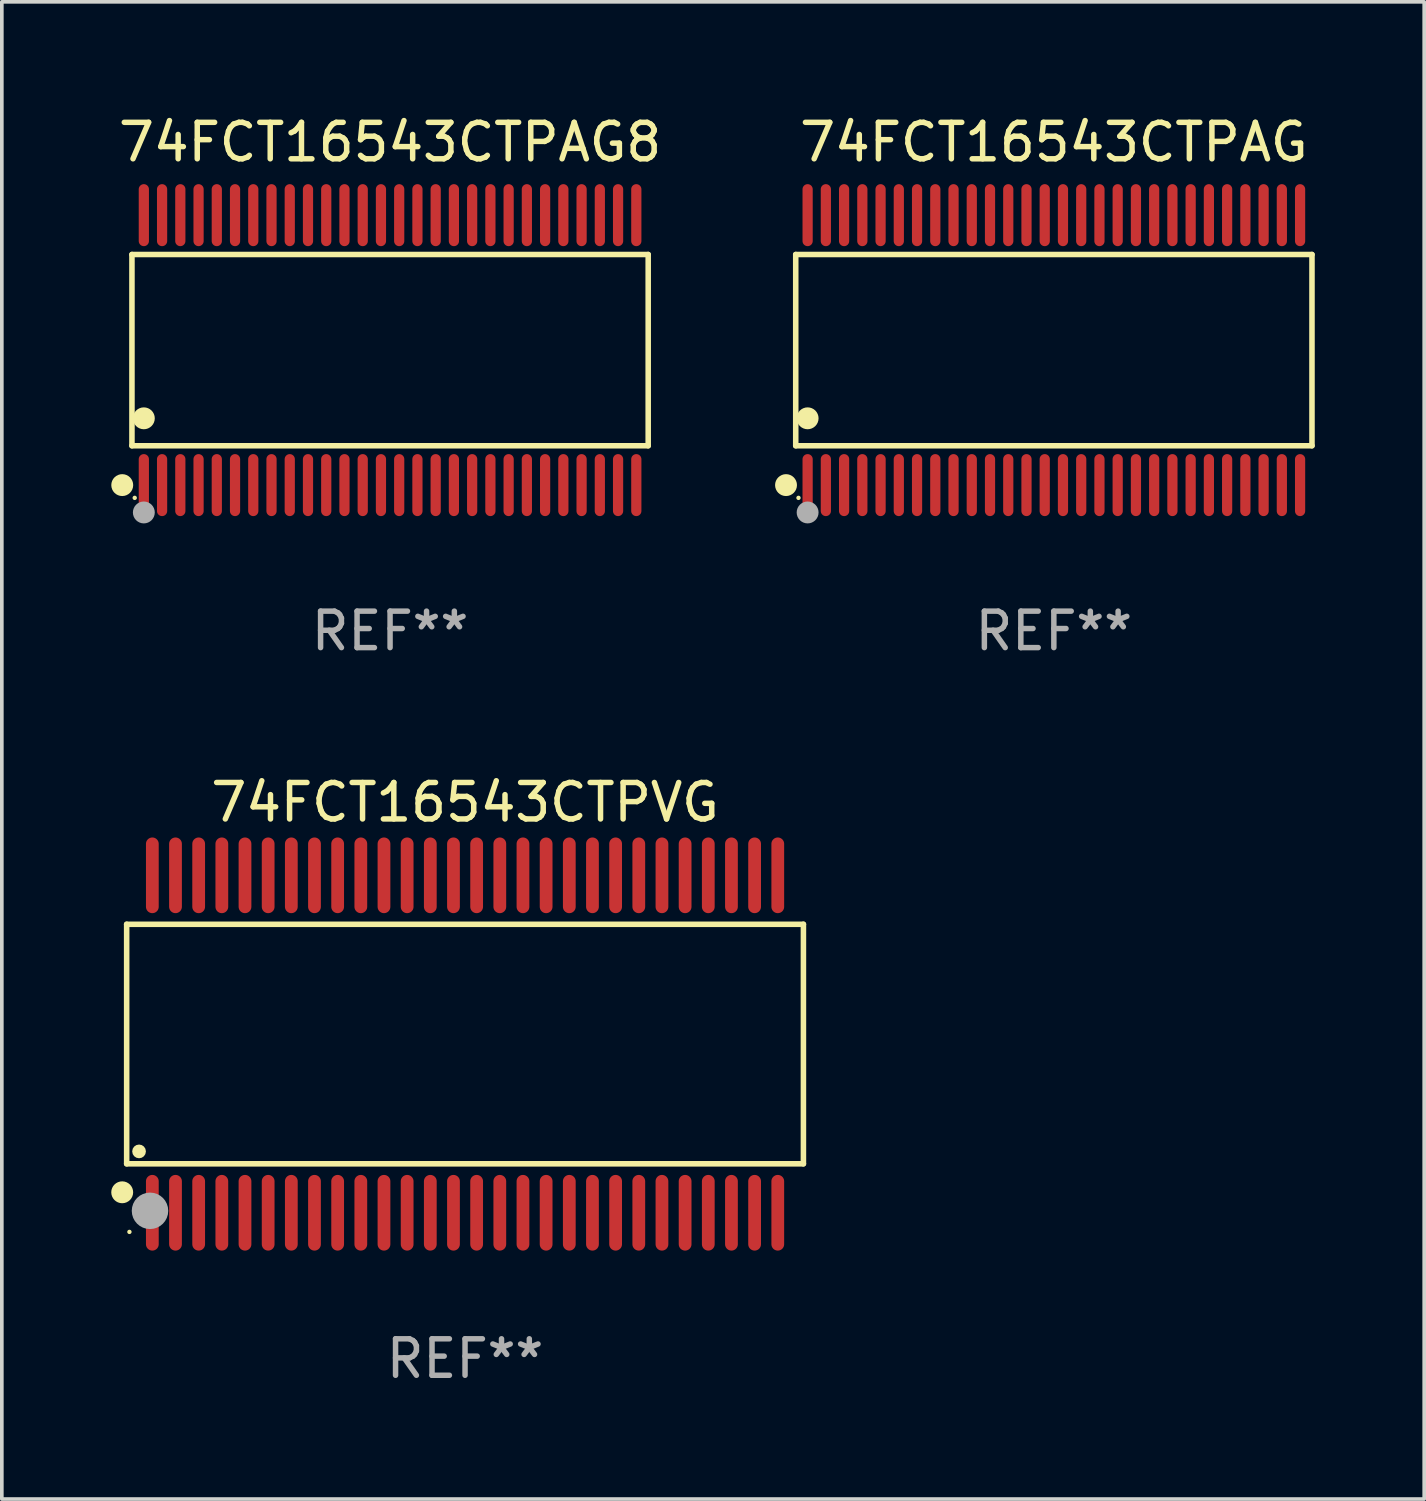
<source format=kicad_pcb>
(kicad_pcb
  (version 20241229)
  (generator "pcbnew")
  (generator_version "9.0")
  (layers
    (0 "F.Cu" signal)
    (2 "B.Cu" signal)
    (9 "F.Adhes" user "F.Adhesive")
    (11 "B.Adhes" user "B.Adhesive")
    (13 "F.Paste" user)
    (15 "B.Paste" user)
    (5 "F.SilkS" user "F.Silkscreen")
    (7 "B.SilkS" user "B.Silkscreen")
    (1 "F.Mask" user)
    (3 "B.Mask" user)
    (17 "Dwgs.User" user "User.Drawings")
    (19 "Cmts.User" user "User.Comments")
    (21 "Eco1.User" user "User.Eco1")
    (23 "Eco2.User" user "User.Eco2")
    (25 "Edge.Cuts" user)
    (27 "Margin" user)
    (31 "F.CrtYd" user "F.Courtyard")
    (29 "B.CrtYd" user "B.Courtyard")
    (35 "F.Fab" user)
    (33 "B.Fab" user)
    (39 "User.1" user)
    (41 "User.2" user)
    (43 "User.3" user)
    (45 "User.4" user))
  (footprint "74FCT16543CTPAG8"
    (layer "F.Cu")
    (at 7.643 6.548)
    (property "Reference" "74FCT16543CTPAG8" (at 0 -5.7 0) (layer "F.SilkS") (effects (font (size 1 1) (thickness 0.15))))
    (attr through_hole)
    (fp_line (start -7.076 -2.621) (end 7.076 -2.621) (stroke (width 0.152) (type solid)) (layer "F.SilkS"))
    (fp_line (start -7.076 2.621) (end -7.076 -2.621) (stroke (width 0.152) (type solid)) (layer "F.SilkS"))
    (fp_line (start 7.076 -2.621) (end 7.076 2.621) (stroke (width 0.152) (type solid)) (layer "F.SilkS"))
    (fp_line (start 7.076 2.621) (end -7.076 2.621) (stroke (width 0.152) (type solid)) (layer "F.SilkS"))
    (fp_circle (center -7.342 3.7) (end -7.192 3.7) (stroke (width 0.3) (type solid)) (fill no) (layer "F.SilkS"))
    (fp_circle (center -7 4.05) (end -6.97 4.05) (stroke (width 0.06) (type solid)) (fill no) (layer "F.SilkS"))
    (fp_circle (center -6.75 1.869) (end -6.6 1.869) (stroke (width 0.3) (type solid)) (fill no) (layer "F.SilkS"))
    (fp_circle (center -6.75 4.45) (end -6.6 4.45) (stroke (width 0.3) (type solid)) (fill no) (layer "F.Fab"))
    (fp_text user "REF**" (at 0 7.7 0) (layer "F.Fab") (effects (font (size 1 1) (thickness 0.15))))
    (pad "1" smd oval (at -6.75 3.7) (size 0.28 1.7) (layers "F.Cu" "F.Mask" "F.Paste"))
    (pad "2" smd oval (at -6.25 3.7) (size 0.28 1.7) (layers "F.Cu" "F.Mask" "F.Paste"))
    (pad "3" smd oval (at -5.75 3.7) (size 0.28 1.7) (layers "F.Cu" "F.Mask" "F.Paste"))
    (pad "4" smd oval (at -5.25 3.7) (size 0.28 1.7) (layers "F.Cu" "F.Mask" "F.Paste"))
    (pad "5" smd oval (at -4.75 3.7) (size 0.28 1.7) (layers "F.Cu" "F.Mask" "F.Paste"))
    (pad "6" smd oval (at -4.25 3.7) (size 0.28 1.7) (layers "F.Cu" "F.Mask" "F.Paste"))
    (pad "7" smd oval (at -3.75 3.7) (size 0.28 1.7) (layers "F.Cu" "F.Mask" "F.Paste"))
    (pad "8" smd oval (at -3.25 3.7) (size 0.28 1.7) (layers "F.Cu" "F.Mask" "F.Paste"))
    (pad "9" smd oval (at -2.75 3.7) (size 0.28 1.7) (layers "F.Cu" "F.Mask" "F.Paste"))
    (pad "10" smd oval (at -2.25 3.7) (size 0.28 1.7) (layers "F.Cu" "F.Mask" "F.Paste"))
    (pad "11" smd oval (at -1.75 3.7) (size 0.28 1.7) (layers "F.Cu" "F.Mask" "F.Paste"))
    (pad "12" smd oval (at -1.25 3.7) (size 0.28 1.7) (layers "F.Cu" "F.Mask" "F.Paste"))
    (pad "13" smd oval (at -0.75 3.7) (size 0.28 1.7) (layers "F.Cu" "F.Mask" "F.Paste"))
    (pad "14" smd oval (at -0.25 3.7) (size 0.28 1.7) (layers "F.Cu" "F.Mask" "F.Paste"))
    (pad "15" smd oval (at 0.25 3.7) (size 0.28 1.7) (layers "F.Cu" "F.Mask" "F.Paste"))
    (pad "16" smd oval (at 0.75 3.7) (size 0.28 1.7) (layers "F.Cu" "F.Mask" "F.Paste"))
    (pad "17" smd oval (at 1.25 3.7) (size 0.28 1.7) (layers "F.Cu" "F.Mask" "F.Paste"))
    (pad "18" smd oval (at 1.75 3.7) (size 0.28 1.7) (layers "F.Cu" "F.Mask" "F.Paste"))
    (pad "19" smd oval (at 2.25 3.7) (size 0.28 1.7) (layers "F.Cu" "F.Mask" "F.Paste"))
    (pad "20" smd oval (at 2.75 3.7) (size 0.28 1.7) (layers "F.Cu" "F.Mask" "F.Paste"))
    (pad "21" smd oval (at 3.25 3.7) (size 0.28 1.7) (layers "F.Cu" "F.Mask" "F.Paste"))
    (pad "22" smd oval (at 3.75 3.7) (size 0.28 1.7) (layers "F.Cu" "F.Mask" "F.Paste"))
    (pad "23" smd oval (at 4.25 3.7) (size 0.28 1.7) (layers "F.Cu" "F.Mask" "F.Paste"))
    (pad "24" smd oval (at 4.75 3.7) (size 0.28 1.7) (layers "F.Cu" "F.Mask" "F.Paste"))
    (pad "25" smd oval (at 5.25 3.7) (size 0.28 1.7) (layers "F.Cu" "F.Mask" "F.Paste"))
    (pad "26" smd oval (at 5.75 3.7) (size 0.28 1.7) (layers "F.Cu" "F.Mask" "F.Paste"))
    (pad "27" smd oval (at 6.25 3.7) (size 0.28 1.7) (layers "F.Cu" "F.Mask" "F.Paste"))
    (pad "28" smd oval (at 6.75 3.7) (size 0.28 1.7) (layers "F.Cu" "F.Mask" "F.Paste"))
    (pad "29" smd oval (at 6.75 -3.7) (size 0.28 1.7) (layers "F.Cu" "F.Mask" "F.Paste"))
    (pad "30" smd oval (at 6.25 -3.7) (size 0.28 1.7) (layers "F.Cu" "F.Mask" "F.Paste"))
    (pad "31" smd oval (at 5.75 -3.7) (size 0.28 1.7) (layers "F.Cu" "F.Mask" "F.Paste"))
    (pad "32" smd oval (at 5.25 -3.7) (size 0.28 1.7) (layers "F.Cu" "F.Mask" "F.Paste"))
    (pad "33" smd oval (at 4.75 -3.7) (size 0.28 1.7) (layers "F.Cu" "F.Mask" "F.Paste"))
    (pad "34" smd oval (at 4.25 -3.7) (size 0.28 1.7) (layers "F.Cu" "F.Mask" "F.Paste"))
    (pad "35" smd oval (at 3.75 -3.7) (size 0.28 1.7) (layers "F.Cu" "F.Mask" "F.Paste"))
    (pad "36" smd oval (at 3.25 -3.7) (size 0.28 1.7) (layers "F.Cu" "F.Mask" "F.Paste"))
    (pad "37" smd oval (at 2.75 -3.7) (size 0.28 1.7) (layers "F.Cu" "F.Mask" "F.Paste"))
    (pad "38" smd oval (at 2.25 -3.7) (size 0.28 1.7) (layers "F.Cu" "F.Mask" "F.Paste"))
    (pad "39" smd oval (at 1.75 -3.7) (size 0.28 1.7) (layers "F.Cu" "F.Mask" "F.Paste"))
    (pad "40" smd oval (at 1.25 -3.7) (size 0.28 1.7) (layers "F.Cu" "F.Mask" "F.Paste"))
    (pad "41" smd oval (at 0.75 -3.7) (size 0.28 1.7) (layers "F.Cu" "F.Mask" "F.Paste"))
    (pad "42" smd oval (at 0.25 -3.7) (size 0.28 1.7) (layers "F.Cu" "F.Mask" "F.Paste"))
    (pad "43" smd oval (at -0.25 -3.7) (size 0.28 1.7) (layers "F.Cu" "F.Mask" "F.Paste"))
    (pad "44" smd oval (at -0.75 -3.7) (size 0.28 1.7) (layers "F.Cu" "F.Mask" "F.Paste"))
    (pad "45" smd oval (at -1.25 -3.7) (size 0.28 1.7) (layers "F.Cu" "F.Mask" "F.Paste"))
    (pad "46" smd oval (at -1.75 -3.7) (size 0.28 1.7) (layers "F.Cu" "F.Mask" "F.Paste"))
    (pad "47" smd oval (at -2.25 -3.7) (size 0.28 1.7) (layers "F.Cu" "F.Mask" "F.Paste"))
    (pad "48" smd oval (at -2.75 -3.7) (size 0.28 1.7) (layers "F.Cu" "F.Mask" "F.Paste"))
    (pad "49" smd oval (at -3.25 -3.7) (size 0.28 1.7) (layers "F.Cu" "F.Mask" "F.Paste"))
    (pad "50" smd oval (at -3.75 -3.7) (size 0.28 1.7) (layers "F.Cu" "F.Mask" "F.Paste"))
    (pad "51" smd oval (at -4.25 -3.7) (size 0.28 1.7) (layers "F.Cu" "F.Mask" "F.Paste"))
    (pad "52" smd oval (at -4.75 -3.7) (size 0.28 1.7) (layers "F.Cu" "F.Mask" "F.Paste"))
    (pad "53" smd oval (at -5.25 -3.7) (size 0.28 1.7) (layers "F.Cu" "F.Mask" "F.Paste"))
    (pad "54" smd oval (at -5.75 -3.7) (size 0.28 1.7) (layers "F.Cu" "F.Mask" "F.Paste"))
    (pad "55" smd oval (at -6.25 -3.7) (size 0.28 1.7) (layers "F.Cu" "F.Mask" "F.Paste"))
    (pad "56" smd oval (at -6.75 -3.7) (size 0.28 1.7) (layers "F.Cu" "F.Mask" "F.Paste")))
  (footprint "74FCT16543CTPAG"
    (layer "F.Cu")
    (at 25.839 6.548)
    (property "Reference" "74FCT16543CTPAG" (at 0 -5.7 0) (layer "F.SilkS") (effects (font (size 1 1) (thickness 0.15))))
    (attr through_hole)
    (fp_line (start -7.076 -2.621) (end 7.076 -2.621) (stroke (width 0.152) (type solid)) (layer "F.SilkS"))
    (fp_line (start -7.076 2.621) (end -7.076 -2.621) (stroke (width 0.152) (type solid)) (layer "F.SilkS"))
    (fp_line (start 7.076 -2.621) (end 7.076 2.621) (stroke (width 0.152) (type solid)) (layer "F.SilkS"))
    (fp_line (start 7.076 2.621) (end -7.076 2.621) (stroke (width 0.152) (type solid)) (layer "F.SilkS"))
    (fp_circle (center -7.342 3.7) (end -7.192 3.7) (stroke (width 0.3) (type solid)) (fill no) (layer "F.SilkS"))
    (fp_circle (center -7 4.05) (end -6.97 4.05) (stroke (width 0.06) (type solid)) (fill no) (layer "F.SilkS"))
    (fp_circle (center -6.75 1.869) (end -6.6 1.869) (stroke (width 0.3) (type solid)) (fill no) (layer "F.SilkS"))
    (fp_circle (center -6.75 4.45) (end -6.6 4.45) (stroke (width 0.3) (type solid)) (fill no) (layer "F.Fab"))
    (fp_text user "REF**" (at 0 7.7 0) (layer "F.Fab") (effects (font (size 1 1) (thickness 0.15))))
    (pad "1" smd oval (at -6.75 3.7) (size 0.28 1.7) (layers "F.Cu" "F.Mask" "F.Paste"))
    (pad "2" smd oval (at -6.25 3.7) (size 0.28 1.7) (layers "F.Cu" "F.Mask" "F.Paste"))
    (pad "3" smd oval (at -5.75 3.7) (size 0.28 1.7) (layers "F.Cu" "F.Mask" "F.Paste"))
    (pad "4" smd oval (at -5.25 3.7) (size 0.28 1.7) (layers "F.Cu" "F.Mask" "F.Paste"))
    (pad "5" smd oval (at -4.75 3.7) (size 0.28 1.7) (layers "F.Cu" "F.Mask" "F.Paste"))
    (pad "6" smd oval (at -4.25 3.7) (size 0.28 1.7) (layers "F.Cu" "F.Mask" "F.Paste"))
    (pad "7" smd oval (at -3.75 3.7) (size 0.28 1.7) (layers "F.Cu" "F.Mask" "F.Paste"))
    (pad "8" smd oval (at -3.25 3.7) (size 0.28 1.7) (layers "F.Cu" "F.Mask" "F.Paste"))
    (pad "9" smd oval (at -2.75 3.7) (size 0.28 1.7) (layers "F.Cu" "F.Mask" "F.Paste"))
    (pad "10" smd oval (at -2.25 3.7) (size 0.28 1.7) (layers "F.Cu" "F.Mask" "F.Paste"))
    (pad "11" smd oval (at -1.75 3.7) (size 0.28 1.7) (layers "F.Cu" "F.Mask" "F.Paste"))
    (pad "12" smd oval (at -1.25 3.7) (size 0.28 1.7) (layers "F.Cu" "F.Mask" "F.Paste"))
    (pad "13" smd oval (at -0.75 3.7) (size 0.28 1.7) (layers "F.Cu" "F.Mask" "F.Paste"))
    (pad "14" smd oval (at -0.25 3.7) (size 0.28 1.7) (layers "F.Cu" "F.Mask" "F.Paste"))
    (pad "15" smd oval (at 0.25 3.7) (size 0.28 1.7) (layers "F.Cu" "F.Mask" "F.Paste"))
    (pad "16" smd oval (at 0.75 3.7) (size 0.28 1.7) (layers "F.Cu" "F.Mask" "F.Paste"))
    (pad "17" smd oval (at 1.25 3.7) (size 0.28 1.7) (layers "F.Cu" "F.Mask" "F.Paste"))
    (pad "18" smd oval (at 1.75 3.7) (size 0.28 1.7) (layers "F.Cu" "F.Mask" "F.Paste"))
    (pad "19" smd oval (at 2.25 3.7) (size 0.28 1.7) (layers "F.Cu" "F.Mask" "F.Paste"))
    (pad "20" smd oval (at 2.75 3.7) (size 0.28 1.7) (layers "F.Cu" "F.Mask" "F.Paste"))
    (pad "21" smd oval (at 3.25 3.7) (size 0.28 1.7) (layers "F.Cu" "F.Mask" "F.Paste"))
    (pad "22" smd oval (at 3.75 3.7) (size 0.28 1.7) (layers "F.Cu" "F.Mask" "F.Paste"))
    (pad "23" smd oval (at 4.25 3.7) (size 0.28 1.7) (layers "F.Cu" "F.Mask" "F.Paste"))
    (pad "24" smd oval (at 4.75 3.7) (size 0.28 1.7) (layers "F.Cu" "F.Mask" "F.Paste"))
    (pad "25" smd oval (at 5.25 3.7) (size 0.28 1.7) (layers "F.Cu" "F.Mask" "F.Paste"))
    (pad "26" smd oval (at 5.75 3.7) (size 0.28 1.7) (layers "F.Cu" "F.Mask" "F.Paste"))
    (pad "27" smd oval (at 6.25 3.7) (size 0.28 1.7) (layers "F.Cu" "F.Mask" "F.Paste"))
    (pad "28" smd oval (at 6.75 3.7) (size 0.28 1.7) (layers "F.Cu" "F.Mask" "F.Paste"))
    (pad "29" smd oval (at 6.75 -3.7) (size 0.28 1.7) (layers "F.Cu" "F.Mask" "F.Paste"))
    (pad "30" smd oval (at 6.25 -3.7) (size 0.28 1.7) (layers "F.Cu" "F.Mask" "F.Paste"))
    (pad "31" smd oval (at 5.75 -3.7) (size 0.28 1.7) (layers "F.Cu" "F.Mask" "F.Paste"))
    (pad "32" smd oval (at 5.25 -3.7) (size 0.28 1.7) (layers "F.Cu" "F.Mask" "F.Paste"))
    (pad "33" smd oval (at 4.75 -3.7) (size 0.28 1.7) (layers "F.Cu" "F.Mask" "F.Paste"))
    (pad "34" smd oval (at 4.25 -3.7) (size 0.28 1.7) (layers "F.Cu" "F.Mask" "F.Paste"))
    (pad "35" smd oval (at 3.75 -3.7) (size 0.28 1.7) (layers "F.Cu" "F.Mask" "F.Paste"))
    (pad "36" smd oval (at 3.25 -3.7) (size 0.28 1.7) (layers "F.Cu" "F.Mask" "F.Paste"))
    (pad "37" smd oval (at 2.75 -3.7) (size 0.28 1.7) (layers "F.Cu" "F.Mask" "F.Paste"))
    (pad "38" smd oval (at 2.25 -3.7) (size 0.28 1.7) (layers "F.Cu" "F.Mask" "F.Paste"))
    (pad "39" smd oval (at 1.75 -3.7) (size 0.28 1.7) (layers "F.Cu" "F.Mask" "F.Paste"))
    (pad "40" smd oval (at 1.25 -3.7) (size 0.28 1.7) (layers "F.Cu" "F.Mask" "F.Paste"))
    (pad "41" smd oval (at 0.75 -3.7) (size 0.28 1.7) (layers "F.Cu" "F.Mask" "F.Paste"))
    (pad "42" smd oval (at 0.25 -3.7) (size 0.28 1.7) (layers "F.Cu" "F.Mask" "F.Paste"))
    (pad "43" smd oval (at -0.25 -3.7) (size 0.28 1.7) (layers "F.Cu" "F.Mask" "F.Paste"))
    (pad "44" smd oval (at -0.75 -3.7) (size 0.28 1.7) (layers "F.Cu" "F.Mask" "F.Paste"))
    (pad "45" smd oval (at -1.25 -3.7) (size 0.28 1.7) (layers "F.Cu" "F.Mask" "F.Paste"))
    (pad "46" smd oval (at -1.75 -3.7) (size 0.28 1.7) (layers "F.Cu" "F.Mask" "F.Paste"))
    (pad "47" smd oval (at -2.25 -3.7) (size 0.28 1.7) (layers "F.Cu" "F.Mask" "F.Paste"))
    (pad "48" smd oval (at -2.75 -3.7) (size 0.28 1.7) (layers "F.Cu" "F.Mask" "F.Paste"))
    (pad "49" smd oval (at -3.25 -3.7) (size 0.28 1.7) (layers "F.Cu" "F.Mask" "F.Paste"))
    (pad "50" smd oval (at -3.75 -3.7) (size 0.28 1.7) (layers "F.Cu" "F.Mask" "F.Paste"))
    (pad "51" smd oval (at -4.25 -3.7) (size 0.28 1.7) (layers "F.Cu" "F.Mask" "F.Paste"))
    (pad "52" smd oval (at -4.75 -3.7) (size 0.28 1.7) (layers "F.Cu" "F.Mask" "F.Paste"))
    (pad "53" smd oval (at -5.25 -3.7) (size 0.28 1.7) (layers "F.Cu" "F.Mask" "F.Paste"))
    (pad "54" smd oval (at -5.75 -3.7) (size 0.28 1.7) (layers "F.Cu" "F.Mask" "F.Paste"))
    (pad "55" smd oval (at -6.25 -3.7) (size 0.28 1.7) (layers "F.Cu" "F.Mask" "F.Paste"))
    (pad "56" smd oval (at -6.75 -3.7) (size 0.28 1.7) (layers "F.Cu" "F.Mask" "F.Paste")))
  (footprint "74FCT16543CTPVG"
    (layer "F.Cu")
    (at 9.698 25.57)
    (property "Reference" "74FCT16543CTPVG" (at 0 -6.625 0) (layer "F.SilkS") (effects (font (size 1 1) (thickness 0.15))))
    (attr through_hole)
    (fp_line (start -9.276 -3.283) (end 9.276 -3.283) (stroke (width 0.152) (type solid)) (layer "F.SilkS"))
    (fp_line (start -9.276 3.283) (end -9.276 -3.283) (stroke (width 0.152) (type solid)) (layer "F.SilkS"))
    (fp_line (start 9.276 -3.283) (end 9.276 3.283) (stroke (width 0.152) (type solid)) (layer "F.SilkS"))
    (fp_line (start 9.276 3.283) (end -9.276 3.283) (stroke (width 0.152) (type solid)) (layer "F.SilkS"))
    (fp_circle (center -9.398 4.064) (end -9.248 4.064) (stroke (width 0.3) (type solid)) (fill no) (layer "F.SilkS"))
    (fp_circle (center -9.2 5.15) (end -9.17 5.15) (stroke (width 0.06) (type solid)) (fill no) (layer "F.SilkS"))
    (fp_circle (center -8.936 2.943) (end -8.842 2.943) (stroke (width 0.188) (type solid)) (fill no) (layer "F.SilkS"))
    (fp_circle (center -8.636 4.572) (end -8.386 4.572) (stroke (width 0.5) (type solid)) (fill no) (layer "F.Fab"))
    (fp_text user "REF**" (at 0 8.625 0) (layer "F.Fab") (effects (font (size 1 1) (thickness 0.15))))
    (pad "1" smd oval (at -8.572 4.625 90) (size 2.075 0.35) (layers "F.Cu" "F.Mask" "F.Paste"))
    (pad "2" smd oval (at -7.937 4.625 90) (size 2.075 0.35) (layers "F.Cu" "F.Mask" "F.Paste"))
    (pad "3" smd oval (at -7.302 4.625 90) (size 2.075 0.35) (layers "F.Cu" "F.Mask" "F.Paste"))
    (pad "4" smd oval (at -6.667 4.625 90) (size 2.075 0.35) (layers "F.Cu" "F.Mask" "F.Paste"))
    (pad "5" smd oval (at -6.032 4.625 90) (size 2.075 0.35) (layers "F.Cu" "F.Mask" "F.Paste"))
    (pad "6" smd oval (at -5.397 4.625 90) (size 2.075 0.35) (layers "F.Cu" "F.Mask" "F.Paste"))
    (pad "7" smd oval (at -4.762 4.625 90) (size 2.075 0.35) (layers "F.Cu" "F.Mask" "F.Paste"))
    (pad "8" smd oval (at -4.127 4.625 90) (size 2.075 0.35) (layers "F.Cu" "F.Mask" "F.Paste"))
    (pad "9" smd oval (at -3.492 4.625 90) (size 2.075 0.35) (layers "F.Cu" "F.Mask" "F.Paste"))
    (pad "10" smd oval (at -2.857 4.625 90) (size 2.075 0.35) (layers "F.Cu" "F.Mask" "F.Paste"))
    (pad "11" smd oval (at -2.222 4.625 90) (size 2.075 0.35) (layers "F.Cu" "F.Mask" "F.Paste"))
    (pad "12" smd oval (at -1.587 4.625 90) (size 2.075 0.35) (layers "F.Cu" "F.Mask" "F.Paste"))
    (pad "13" smd oval (at -0.952 4.625 90) (size 2.075 0.35) (layers "F.Cu" "F.Mask" "F.Paste"))
    (pad "14" smd oval (at -0.317 4.625 90) (size 2.075 0.35) (layers "F.Cu" "F.Mask" "F.Paste"))
    (pad "15" smd oval (at 0.318 4.625 90) (size 2.075 0.35) (layers "F.Cu" "F.Mask" "F.Paste"))
    (pad "16" smd oval (at 0.953 4.625 90) (size 2.075 0.35) (layers "F.Cu" "F.Mask" "F.Paste"))
    (pad "17" smd oval (at 1.588 4.625 90) (size 2.075 0.35) (layers "F.Cu" "F.Mask" "F.Paste"))
    (pad "18" smd oval (at 2.223 4.625 90) (size 2.075 0.35) (layers "F.Cu" "F.Mask" "F.Paste"))
    (pad "19" smd oval (at 2.858 4.625 90) (size 2.075 0.35) (layers "F.Cu" "F.Mask" "F.Paste"))
    (pad "20" smd oval (at 3.493 4.625 90) (size 2.075 0.35) (layers "F.Cu" "F.Mask" "F.Paste"))
    (pad "21" smd oval (at 4.128 4.625 90) (size 2.075 0.35) (layers "F.Cu" "F.Mask" "F.Paste"))
    (pad "22" smd oval (at 4.763 4.625 90) (size 2.075 0.35) (layers "F.Cu" "F.Mask" "F.Paste"))
    (pad "23" smd oval (at 5.398 4.625 90) (size 2.075 0.35) (layers "F.Cu" "F.Mask" "F.Paste"))
    (pad "24" smd oval (at 6.033 4.625 90) (size 2.075 0.35) (layers "F.Cu" "F.Mask" "F.Paste"))
    (pad "25" smd oval (at 6.668 4.625 90) (size 2.075 0.35) (layers "F.Cu" "F.Mask" "F.Paste"))
    (pad "26" smd oval (at 7.303 4.625 90) (size 2.075 0.35) (layers "F.Cu" "F.Mask" "F.Paste"))
    (pad "27" smd oval (at 7.938 4.625 90) (size 2.075 0.35) (layers "F.Cu" "F.Mask" "F.Paste"))
    (pad "28" smd oval (at 8.573 4.625 90) (size 2.075 0.35) (layers "F.Cu" "F.Mask" "F.Paste"))
    (pad "29" smd oval (at 8.573 -4.625 90) (size 2.075 0.35) (layers "F.Cu" "F.Mask" "F.Paste"))
    (pad "30" smd oval (at 7.938 -4.625 90) (size 2.075 0.35) (layers "F.Cu" "F.Mask" "F.Paste"))
    (pad "31" smd oval (at 7.303 -4.625 90) (size 2.075 0.35) (layers "F.Cu" "F.Mask" "F.Paste"))
    (pad "32" smd oval (at 6.668 -4.625 90) (size 2.075 0.35) (layers "F.Cu" "F.Mask" "F.Paste"))
    (pad "33" smd oval (at 6.033 -4.625 90) (size 2.075 0.35) (layers "F.Cu" "F.Mask" "F.Paste"))
    (pad "34" smd oval (at 5.398 -4.625 90) (size 2.075 0.35) (layers "F.Cu" "F.Mask" "F.Paste"))
    (pad "35" smd oval (at 4.763 -4.625 90) (size 2.075 0.35) (layers "F.Cu" "F.Mask" "F.Paste"))
    (pad "36" smd oval (at 4.128 -4.625 90) (size 2.075 0.35) (layers "F.Cu" "F.Mask" "F.Paste"))
    (pad "37" smd oval (at 3.493 -4.625 90) (size 2.075 0.35) (layers "F.Cu" "F.Mask" "F.Paste"))
    (pad "38" smd oval (at 2.858 -4.625 90) (size 2.075 0.35) (layers "F.Cu" "F.Mask" "F.Paste"))
    (pad "39" smd oval (at 2.223 -4.625 90) (size 2.075 0.35) (layers "F.Cu" "F.Mask" "F.Paste"))
    (pad "40" smd oval (at 1.588 -4.625 90) (size 2.075 0.35) (layers "F.Cu" "F.Mask" "F.Paste"))
    (pad "41" smd oval (at 0.953 -4.625 90) (size 2.075 0.35) (layers "F.Cu" "F.Mask" "F.Paste"))
    (pad "42" smd oval (at 0.318 -4.625 90) (size 2.075 0.35) (layers "F.Cu" "F.Mask" "F.Paste"))
    (pad "43" smd oval (at -0.317 -4.625 90) (size 2.075 0.35) (layers "F.Cu" "F.Mask" "F.Paste"))
    (pad "44" smd oval (at -0.952 -4.625 90) (size 2.075 0.35) (layers "F.Cu" "F.Mask" "F.Paste"))
    (pad "45" smd oval (at -1.587 -4.625 90) (size 2.075 0.35) (layers "F.Cu" "F.Mask" "F.Paste"))
    (pad "46" smd oval (at -2.222 -4.625 90) (size 2.075 0.35) (layers "F.Cu" "F.Mask" "F.Paste"))
    (pad "47" smd oval (at -2.857 -4.625 90) (size 2.075 0.35) (layers "F.Cu" "F.Mask" "F.Paste"))
    (pad "48" smd oval (at -3.492 -4.625 90) (size 2.075 0.35) (layers "F.Cu" "F.Mask" "F.Paste"))
    (pad "49" smd oval (at -4.127 -4.625 90) (size 2.075 0.35) (layers "F.Cu" "F.Mask" "F.Paste"))
    (pad "50" smd oval (at -4.762 -4.625 90) (size 2.075 0.35) (layers "F.Cu" "F.Mask" "F.Paste"))
    (pad "51" smd oval (at -5.397 -4.625 90) (size 2.075 0.35) (layers "F.Cu" "F.Mask" "F.Paste"))
    (pad "52" smd oval (at -6.032 -4.625 90) (size 2.075 0.35) (layers "F.Cu" "F.Mask" "F.Paste"))
    (pad "53" smd oval (at -6.667 -4.625 90) (size 2.075 0.35) (layers "F.Cu" "F.Mask" "F.Paste"))
    (pad "54" smd oval (at -7.302 -4.625 90) (size 2.075 0.35) (layers "F.Cu" "F.Mask" "F.Paste"))
    (pad "55" smd oval (at -7.937 -4.625 90) (size 2.075 0.35) (layers "F.Cu" "F.Mask" "F.Paste"))
    (pad "56" smd oval (at -8.572 -4.625 90) (size 2.075 0.35) (layers "F.Cu" "F.Mask" "F.Paste")))
  (gr_rect
    (start -3 -3)
    (end 35.991 38.043)
    (stroke (width 0.1) (type default))
    (fill no)
    (layer "Edge.Cuts")))
</source>
